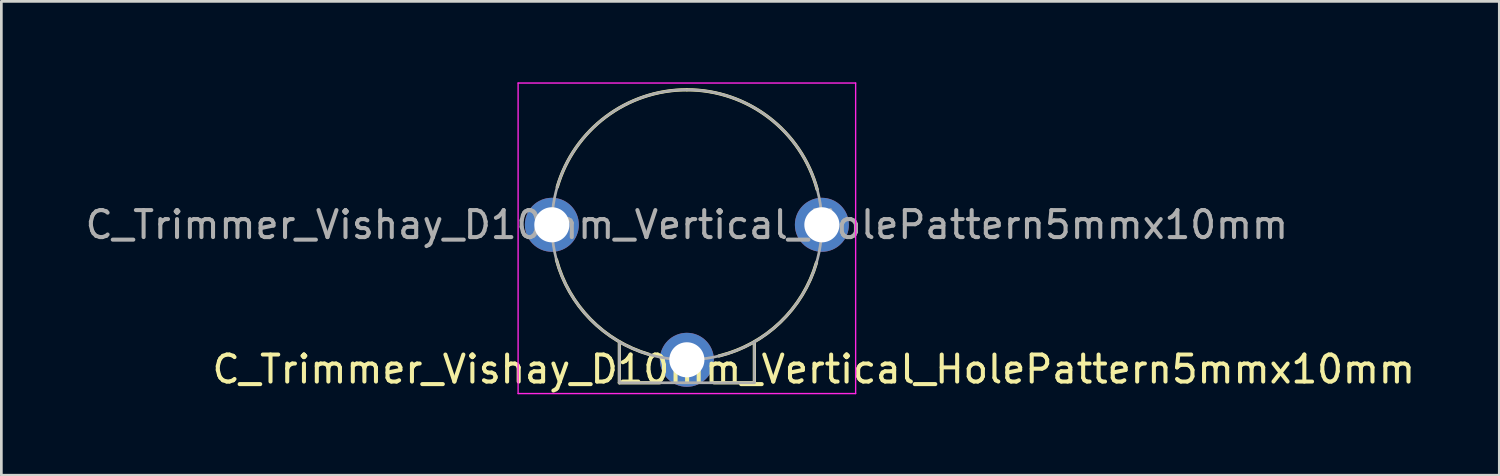
<source format=kicad_pcb>
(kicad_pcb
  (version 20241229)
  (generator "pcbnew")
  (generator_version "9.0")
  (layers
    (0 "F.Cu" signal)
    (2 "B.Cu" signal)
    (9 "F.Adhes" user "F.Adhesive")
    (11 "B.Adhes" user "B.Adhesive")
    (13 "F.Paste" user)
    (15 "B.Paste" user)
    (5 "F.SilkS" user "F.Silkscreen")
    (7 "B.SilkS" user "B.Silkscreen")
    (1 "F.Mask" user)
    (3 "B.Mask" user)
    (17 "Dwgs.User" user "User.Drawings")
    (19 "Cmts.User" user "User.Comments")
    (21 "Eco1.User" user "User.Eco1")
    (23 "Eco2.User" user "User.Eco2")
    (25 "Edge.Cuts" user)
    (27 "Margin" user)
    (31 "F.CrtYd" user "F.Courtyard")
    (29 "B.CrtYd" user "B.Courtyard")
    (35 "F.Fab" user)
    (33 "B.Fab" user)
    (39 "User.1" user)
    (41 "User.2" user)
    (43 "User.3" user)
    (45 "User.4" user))
  (footprint "C_Trimmer_Vishay_D10mm_Vertical_HolePattern5mmx10mm"
    (layer "F.Cu")
    (at 17.387 5.275)
    (property "Reference" "C_Trimmer_Vishay_D10mm_Vertical_HolePattern5mmx10mm" (at 9.7 5.35 0) (layer "F.SilkS") (effects (font (size 1 1) (thickness 0.15))))
    (attr through_hole)
    (fp_line (start 2.5 5.85) (end 2.5 4.35) (stroke (width 0.12) (type solid)) (layer "F.SilkS"))
    (fp_line (start 2.5 5.85) (end 4 5.85) (stroke (width 0.12) (type solid)) (layer "F.SilkS"))
    (fp_line (start 6 5.85) (end 7.5 5.85) (stroke (width 0.12) (type solid)) (layer "F.SilkS"))
    (fp_line (start 7.5 5.85) (end 7.5 4.35) (stroke (width 0.12) (type solid)) (layer "F.SilkS"))
    (fp_arc (start 0.2 -1.4) (mid 2 -4) (end 5 -5) (stroke (width 0.12) (type solid)) (layer "F.SilkS"))
    (fp_arc (start 3.600001 4.8) (mid 1.425327 3.495956) (end 0.170021 1.292789) (stroke (width 0.12) (type solid)) (layer "F.SilkS"))
    (fp_arc (start 5 -5) (mid 8.038471 -3.970855) (end 9.826132 -1.307077) (stroke (width 0.12) (type solid)) (layer "F.SilkS"))
    (fp_arc (start 9.8 1.4) (mid 8.456922 3.612436) (end 6.187564 4.856922) (stroke (width 0.12) (type solid)) (layer "F.SilkS"))
    (fp_line (start -1.25 -5.25) (end 11.25 -5.25) (stroke (width 0.05) (type solid)) (layer "F.CrtYd"))
    (fp_line (start -1.25 6.25) (end -1.25 -5.25) (stroke (width 0.05) (type solid)) (layer "F.CrtYd"))
    (fp_line (start 11.25 -5.25) (end 11.25 6.25) (stroke (width 0.05) (type solid)) (layer "F.CrtYd"))
    (fp_line (start 11.25 6.25) (end -1.25 6.25) (stroke (width 0.05) (type solid)) (layer "F.CrtYd"))
    (fp_line (start 2.5 5.85) (end 2.5 4.35) (stroke (width 0.1) (type solid)) (layer "F.Fab"))
    (fp_line (start 2.5 5.85) (end 7.5 5.85) (stroke (width 0.1) (type solid)) (layer "F.Fab"))
    (fp_line (start 7.5 5.85) (end 7.5 4.35) (stroke (width 0.1) (type solid)) (layer "F.Fab"))
    (fp_circle (center 5 0) (end 10 0) (stroke (width 0.1) (type solid)) (fill no) (layer "F.Fab"))
    (fp_text user "${REFERENCE}" (at 5 0 0) (layer "F.Fab") (effects (font (size 1 1) (thickness 0.15))))
    (pad "1" thru_hole circle (at 0 0) (size 2 2) (drill 1.3) (layers "*.Cu" "*.Mask"))
    (pad "1" thru_hole circle (at 10 0) (size 2 2) (drill 1.3) (layers "*.Cu" "*.Mask"))
    (pad "2" thru_hole circle (at 5 5) (size 2 2) (drill 1.3) (layers "*.Cu" "*.Mask")))
  (gr_rect
    (start -3 -3)
    (end 52.474 14.55)
    (stroke (width 0.1) (type default))
    (fill no)
    (layer "Edge.Cuts")))
</source>
